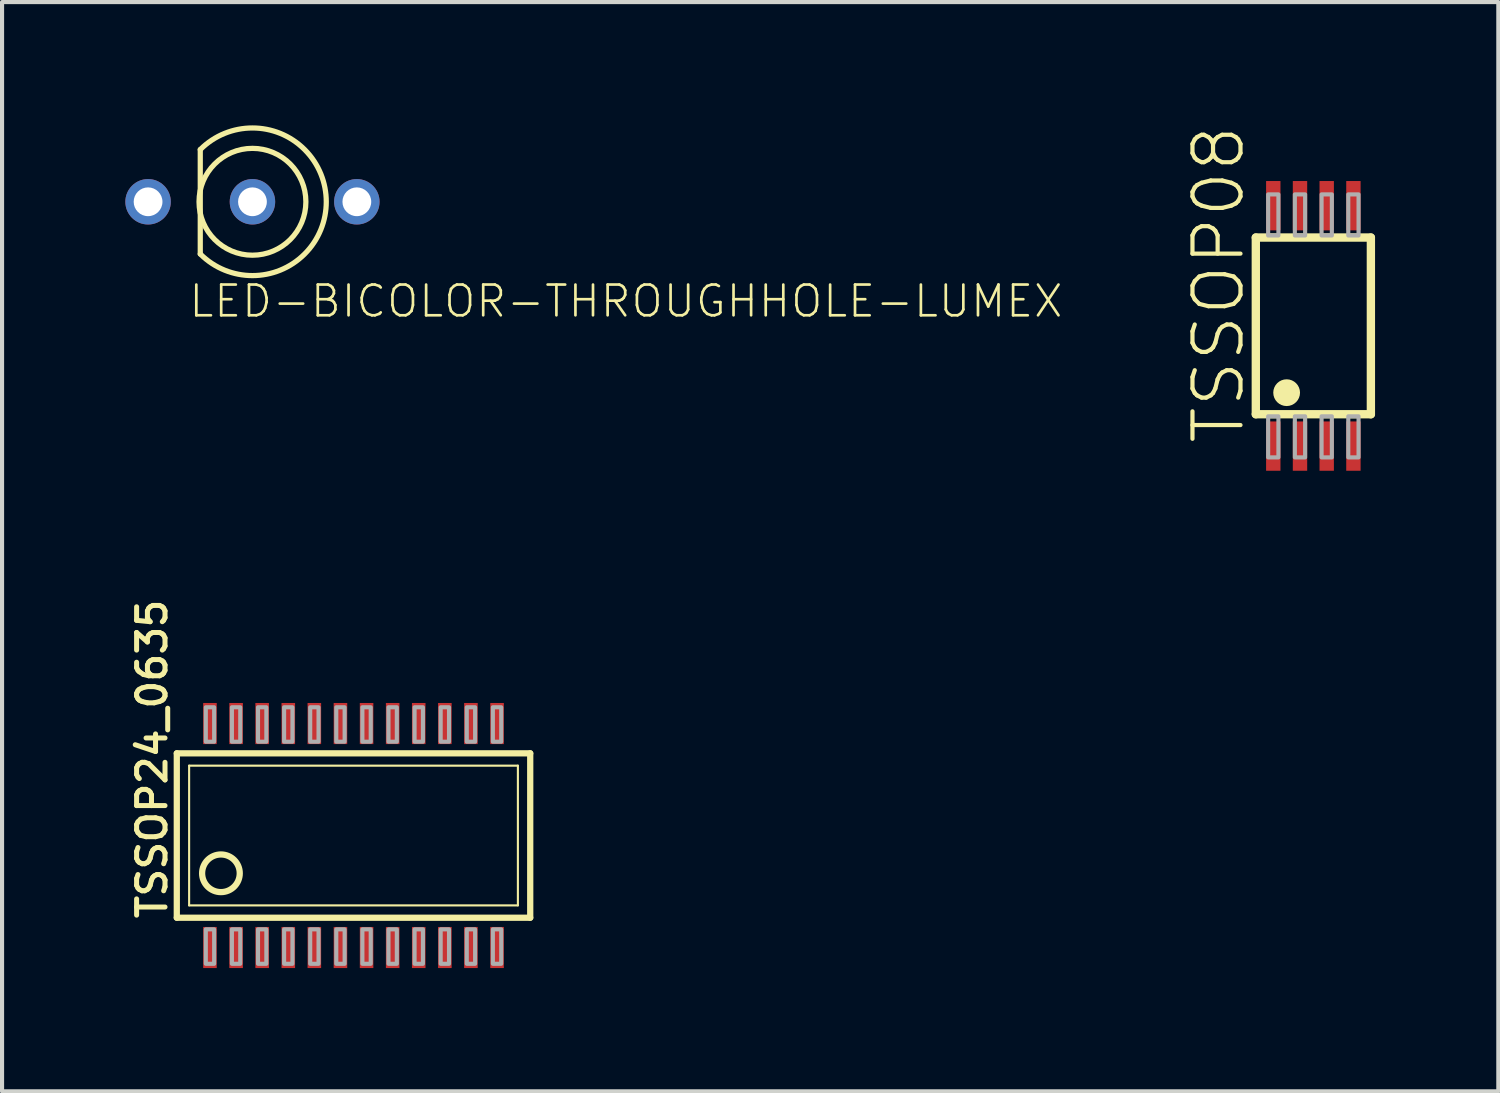
<source format=kicad_pcb>
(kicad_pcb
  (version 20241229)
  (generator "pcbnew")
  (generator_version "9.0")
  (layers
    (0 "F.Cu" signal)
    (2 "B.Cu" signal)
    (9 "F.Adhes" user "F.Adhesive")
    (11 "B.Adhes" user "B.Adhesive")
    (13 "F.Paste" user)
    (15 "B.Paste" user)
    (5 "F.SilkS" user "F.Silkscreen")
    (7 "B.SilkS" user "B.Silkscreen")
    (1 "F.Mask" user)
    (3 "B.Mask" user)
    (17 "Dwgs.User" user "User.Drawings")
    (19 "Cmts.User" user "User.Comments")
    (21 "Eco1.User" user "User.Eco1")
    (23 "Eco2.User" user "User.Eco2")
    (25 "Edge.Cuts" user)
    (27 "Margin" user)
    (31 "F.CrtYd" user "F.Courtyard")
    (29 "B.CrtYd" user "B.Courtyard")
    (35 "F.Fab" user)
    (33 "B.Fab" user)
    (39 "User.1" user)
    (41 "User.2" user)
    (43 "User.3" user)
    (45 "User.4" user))
  (footprint "LED-BICOLOR-THROUGHHOLE-LUMEX"
    (layer "F.Cu")
    (at 3.093 1.86)
    (property "Reference" "LED-BICOLOR-THROUGHHOLE-LUMEX" (at -1.587 2.857 0) (unlocked yes) (layer "F.SilkS") (effects (font (size 0.748 0.748) (thickness 0.065)) (justify left bottom)))
    (fp_line (start -1.27 -1.27) (end -1.27 1.27) (stroke (width 0.127) (type solid)) (layer "F.SilkS"))
    (fp_arc (start -1.27 -1.27) (mid 1.796051 0) (end -1.27 1.27) (stroke (width 0.127) (type solid)) (layer "F.SilkS"))
    (fp_circle (center 0 0) (end 1.3 0) (stroke (width 0.127) (type solid)) (fill no) (layer "F.SilkS"))
    (pad "A" thru_hole circle (at 0 0 90) (size 1.106 1.106) (drill 0.7) (layers "*.Cu" "*.Mask"))
    (pad "GREEN_C" thru_hole circle (at 2.54 0) (size 1.106 1.106) (drill 0.7) (layers "*.Cu" "*.Mask"))
    (pad "RED_C" thru_hole circle (at -2.54 0) (size 1.106 1.106) (drill 0.7) (layers "*.Cu" "*.Mask")))
  (footprint "TSSOP24_0635"
    (layer "F.Cu")
    (at 5.552 17.281)
    (property "Reference" "TSSOP24_0635" (at -4.496 2.083 90) (unlocked yes) (layer "F.SilkS") (effects (font (size 0.691 0.691) (thickness 0.122)) (justify left bottom)))
    (fp_line (start -4.3 2) (end -4.3 -2) (stroke (width 0.152) (type solid)) (layer "F.SilkS"))
    (fp_line (start -4.3 2) (end 4.3 2) (stroke (width 0.152) (type solid)) (layer "F.SilkS"))
    (fp_line (start -4 1.7) (end -4 -1.7) (stroke (width 0.051) (type solid)) (layer "F.SilkS"))
    (fp_line (start -4 1.7) (end 4 1.7) (stroke (width 0.051) (type solid)) (layer "F.SilkS"))
    (fp_line (start 4 -1.7) (end -4 -1.7) (stroke (width 0.051) (type solid)) (layer "F.SilkS"))
    (fp_line (start 4 -1.7) (end 4 1.7) (stroke (width 0.051) (type solid)) (layer "F.SilkS"))
    (fp_line (start 4.3 -2) (end -4.3 -2) (stroke (width 0.152) (type solid)) (layer "F.SilkS"))
    (fp_line (start 4.3 -2) (end 4.3 2) (stroke (width 0.152) (type solid)) (layer "F.SilkS"))
    (fp_circle (center -3.226 0.919) (end -2.768 0.919) (stroke (width 0.152) (type solid)) (fill no) (layer "F.SilkS"))
    (fp_poly (pts (xy -3.594 -2.283) (xy -3.391 -2.283) (xy -3.391 -3.121) (xy -3.594 -3.121)) (stroke (width 0.1) (type default)) (fill no) (layer "F.Fab"))
    (fp_poly (pts (xy -3.594 3.121) (xy -3.391 3.121) (xy -3.391 2.283) (xy -3.594 2.283)) (stroke (width 0.1) (type default)) (fill no) (layer "F.Fab"))
    (fp_poly (pts (xy -2.959 -2.283) (xy -2.756 -2.283) (xy -2.756 -3.121) (xy -2.959 -3.121)) (stroke (width 0.1) (type default)) (fill no) (layer "F.Fab"))
    (fp_poly (pts (xy -2.959 3.121) (xy -2.756 3.121) (xy -2.756 2.283) (xy -2.959 2.283)) (stroke (width 0.1) (type default)) (fill no) (layer "F.Fab"))
    (fp_poly (pts (xy -2.324 -2.283) (xy -2.121 -2.283) (xy -2.121 -3.121) (xy -2.324 -3.121)) (stroke (width 0.1) (type default)) (fill no) (layer "F.Fab"))
    (fp_poly (pts (xy -2.324 3.121) (xy -2.121 3.121) (xy -2.121 2.283) (xy -2.324 2.283)) (stroke (width 0.1) (type default)) (fill no) (layer "F.Fab"))
    (fp_poly (pts (xy -1.689 -2.283) (xy -1.486 -2.283) (xy -1.486 -3.121) (xy -1.689 -3.121)) (stroke (width 0.1) (type default)) (fill no) (layer "F.Fab"))
    (fp_poly (pts (xy -1.689 3.121) (xy -1.486 3.121) (xy -1.486 2.283) (xy -1.689 2.283)) (stroke (width 0.1) (type default)) (fill no) (layer "F.Fab"))
    (fp_poly (pts (xy -1.054 -2.283) (xy -0.851 -2.283) (xy -0.851 -3.121) (xy -1.054 -3.121)) (stroke (width 0.1) (type default)) (fill no) (layer "F.Fab"))
    (fp_poly (pts (xy -1.054 3.121) (xy -0.851 3.121) (xy -0.851 2.283) (xy -1.054 2.283)) (stroke (width 0.1) (type default)) (fill no) (layer "F.Fab"))
    (fp_poly (pts (xy -0.419 -2.283) (xy -0.216 -2.283) (xy -0.216 -3.121) (xy -0.419 -3.121)) (stroke (width 0.1) (type default)) (fill no) (layer "F.Fab"))
    (fp_poly (pts (xy -0.419 3.121) (xy -0.216 3.121) (xy -0.216 2.283) (xy -0.419 2.283)) (stroke (width 0.1) (type default)) (fill no) (layer "F.Fab"))
    (fp_poly (pts (xy 0.216 -2.283) (xy 0.419 -2.283) (xy 0.419 -3.121) (xy 0.216 -3.121)) (stroke (width 0.1) (type default)) (fill no) (layer "F.Fab"))
    (fp_poly (pts (xy 0.216 3.121) (xy 0.419 3.121) (xy 0.419 2.283) (xy 0.216 2.283)) (stroke (width 0.1) (type default)) (fill no) (layer "F.Fab"))
    (fp_poly (pts (xy 0.851 -2.283) (xy 1.054 -2.283) (xy 1.054 -3.121) (xy 0.851 -3.121)) (stroke (width 0.1) (type default)) (fill no) (layer "F.Fab"))
    (fp_poly (pts (xy 0.851 3.121) (xy 1.054 3.121) (xy 1.054 2.283) (xy 0.851 2.283)) (stroke (width 0.1) (type default)) (fill no) (layer "F.Fab"))
    (fp_poly (pts (xy 1.486 -2.283) (xy 1.689 -2.283) (xy 1.689 -3.121) (xy 1.486 -3.121)) (stroke (width 0.1) (type default)) (fill no) (layer "F.Fab"))
    (fp_poly (pts (xy 1.486 3.121) (xy 1.689 3.121) (xy 1.689 2.283) (xy 1.486 2.283)) (stroke (width 0.1) (type default)) (fill no) (layer "F.Fab"))
    (fp_poly (pts (xy 2.121 -2.283) (xy 2.324 -2.283) (xy 2.324 -3.121) (xy 2.121 -3.121)) (stroke (width 0.1) (type default)) (fill no) (layer "F.Fab"))
    (fp_poly (pts (xy 2.121 3.121) (xy 2.324 3.121) (xy 2.324 2.283) (xy 2.121 2.283)) (stroke (width 0.1) (type default)) (fill no) (layer "F.Fab"))
    (fp_poly (pts (xy 2.756 -2.283) (xy 2.959 -2.283) (xy 2.959 -3.121) (xy 2.756 -3.121)) (stroke (width 0.1) (type default)) (fill no) (layer "F.Fab"))
    (fp_poly (pts (xy 2.756 3.121) (xy 2.959 3.121) (xy 2.959 2.283) (xy 2.756 2.283)) (stroke (width 0.1) (type default)) (fill no) (layer "F.Fab"))
    (fp_poly (pts (xy 3.391 -2.283) (xy 3.594 -2.283) (xy 3.594 -3.121) (xy 3.391 -3.121)) (stroke (width 0.1) (type default)) (fill no) (layer "F.Fab"))
    (fp_poly (pts (xy 3.391 3.121) (xy 3.594 3.121) (xy 3.594 2.283) (xy 3.391 2.283)) (stroke (width 0.1) (type default)) (fill no) (layer "F.Fab"))
    (pad "1" smd rect (at -3.493 2.725) (size 0.33 1) (layers "F.Cu" "F.Mask" "F.Paste"))
    (pad "2" smd rect (at -2.857 2.725) (size 0.33 1) (layers "F.Cu" "F.Mask" "F.Paste"))
    (pad "3" smd rect (at -2.223 2.725) (size 0.33 1) (layers "F.Cu" "F.Mask" "F.Paste"))
    (pad "4" smd rect (at -1.587 2.725) (size 0.33 1) (layers "F.Cu" "F.Mask" "F.Paste"))
    (pad "5" smd rect (at -0.953 2.725) (size 0.33 1) (layers "F.Cu" "F.Mask" "F.Paste"))
    (pad "6" smd rect (at -0.318 2.725) (size 0.33 1) (layers "F.Cu" "F.Mask" "F.Paste"))
    (pad "7" smd rect (at 0.318 2.725) (size 0.33 1) (layers "F.Cu" "F.Mask" "F.Paste"))
    (pad "8" smd rect (at 0.953 2.725) (size 0.33 1) (layers "F.Cu" "F.Mask" "F.Paste"))
    (pad "9" smd rect (at 1.587 2.725) (size 0.33 1) (layers "F.Cu" "F.Mask" "F.Paste"))
    (pad "10" smd rect (at 2.223 2.725) (size 0.33 1) (layers "F.Cu" "F.Mask" "F.Paste"))
    (pad "11" smd rect (at 2.857 2.725) (size 0.33 1) (layers "F.Cu" "F.Mask" "F.Paste"))
    (pad "12" smd rect (at 3.493 2.725) (size 0.33 1) (layers "F.Cu" "F.Mask" "F.Paste"))
    (pad "13" smd rect (at 3.493 -2.725) (size 0.33 1) (layers "F.Cu" "F.Mask" "F.Paste"))
    (pad "14" smd rect (at 2.857 -2.725) (size 0.33 1) (layers "F.Cu" "F.Mask" "F.Paste"))
    (pad "15" smd rect (at 2.223 -2.725) (size 0.33 1) (layers "F.Cu" "F.Mask" "F.Paste"))
    (pad "16" smd rect (at 1.587 -2.725) (size 0.33 1) (layers "F.Cu" "F.Mask" "F.Paste"))
    (pad "17" smd rect (at 0.953 -2.725) (size 0.33 1) (layers "F.Cu" "F.Mask" "F.Paste"))
    (pad "18" smd rect (at 0.318 -2.725) (size 0.33 1) (layers "F.Cu" "F.Mask" "F.Paste"))
    (pad "19" smd rect (at -0.318 -2.725) (size 0.33 1) (layers "F.Cu" "F.Mask" "F.Paste"))
    (pad "20" smd rect (at -0.953 -2.725) (size 0.33 1) (layers "F.Cu" "F.Mask" "F.Paste"))
    (pad "21" smd rect (at -1.587 -2.725) (size 0.33 1) (layers "F.Cu" "F.Mask" "F.Paste"))
    (pad "22" smd rect (at -2.223 -2.725) (size 0.33 1) (layers "F.Cu" "F.Mask" "F.Paste"))
    (pad "23" smd rect (at -2.857 -2.725) (size 0.33 1) (layers "F.Cu" "F.Mask" "F.Paste"))
    (pad "24" smd rect (at -3.493 -2.725) (size 0.33 1) (layers "F.Cu" "F.Mask" "F.Paste")))
  (footprint "TSSOP08"
    (layer "F.Cu")
    (at 28.908 4.88)
    (property "Reference" "TSSOP08" (at -1.625 2.925 90) (unlocked yes) (layer "F.SilkS") (effects (font (size 1.168 1.168) (thickness 0.102)) (justify left bottom)))
    (fp_line (start -1.4 -2.15) (end -1.4 2.15) (stroke (width 0.203) (type solid)) (layer "F.SilkS"))
    (fp_line (start -1.4 2.15) (end 1.4 2.15) (stroke (width 0.203) (type solid)) (layer "F.SilkS"))
    (fp_line (start 1.4 -2.15) (end -1.4 -2.15) (stroke (width 0.203) (type solid)) (layer "F.SilkS"))
    (fp_line (start 1.4 2.15) (end 1.4 -2.15) (stroke (width 0.203) (type solid)) (layer "F.SilkS"))
    (fp_circle (center -0.65 1.625) (end -0.487 1.625) (stroke (width 0.325) (type solid)) (fill yes) (layer "F.SilkS"))
    (fp_poly (pts (xy -1.1 -2.2) (xy -0.85 -2.2) (xy -0.85 -3.2) (xy -1.1 -3.2)) (stroke (width 0.1) (type default)) (fill no) (layer "F.Fab"))
    (fp_poly (pts (xy -1.1 3.2) (xy -0.85 3.2) (xy -0.85 2.2) (xy -1.1 2.2)) (stroke (width 0.1) (type default)) (fill no) (layer "F.Fab"))
    (fp_poly (pts (xy -0.45 -2.2) (xy -0.2 -2.2) (xy -0.2 -3.2) (xy -0.45 -3.2)) (stroke (width 0.1) (type default)) (fill no) (layer "F.Fab"))
    (fp_poly (pts (xy -0.45 3.2) (xy -0.2 3.2) (xy -0.2 2.2) (xy -0.45 2.2)) (stroke (width 0.1) (type default)) (fill no) (layer "F.Fab"))
    (fp_poly (pts (xy 0.2 -2.2) (xy 0.45 -2.2) (xy 0.45 -3.2) (xy 0.2 -3.2)) (stroke (width 0.1) (type default)) (fill no) (layer "F.Fab"))
    (fp_poly (pts (xy 0.2 3.2) (xy 0.45 3.2) (xy 0.45 2.2) (xy 0.2 2.2)) (stroke (width 0.1) (type default)) (fill no) (layer "F.Fab"))
    (fp_poly (pts (xy 0.85 -2.2) (xy 1.1 -2.2) (xy 1.1 -3.2) (xy 0.85 -3.2)) (stroke (width 0.1) (type default)) (fill no) (layer "F.Fab"))
    (fp_poly (pts (xy 0.85 3.2) (xy 1.1 3.2) (xy 1.1 2.2) (xy 0.85 2.2)) (stroke (width 0.1) (type default)) (fill no) (layer "F.Fab"))
    (pad "1" smd rect (at -0.975 2.925) (size 0.35 1.2) (layers "F.Cu" "F.Mask" "F.Paste"))
    (pad "2" smd rect (at -0.325 2.925) (size 0.35 1.2) (layers "F.Cu" "F.Mask" "F.Paste"))
    (pad "3" smd rect (at 0.325 2.925) (size 0.35 1.2) (layers "F.Cu" "F.Mask" "F.Paste"))
    (pad "4" smd rect (at 0.975 2.925) (size 0.35 1.2) (layers "F.Cu" "F.Mask" "F.Paste"))
    (pad "5" smd rect (at 0.975 -2.925) (size 0.35 1.2) (layers "F.Cu" "F.Mask" "F.Paste"))
    (pad "6" smd rect (at 0.325 -2.925) (size 0.35 1.2) (layers "F.Cu" "F.Mask" "F.Paste"))
    (pad "7" smd rect (at -0.325 -2.925) (size 0.35 1.2) (layers "F.Cu" "F.Mask" "F.Paste"))
    (pad "8" smd rect (at -0.975 -2.925) (size 0.35 1.2) (layers "F.Cu" "F.Mask" "F.Paste")))
  (gr_rect
    (start -3 -3)
    (end 33.409 23.506)
    (stroke (width 0.1) (type default))
    (fill no)
    (layer "Edge.Cuts")))
</source>
